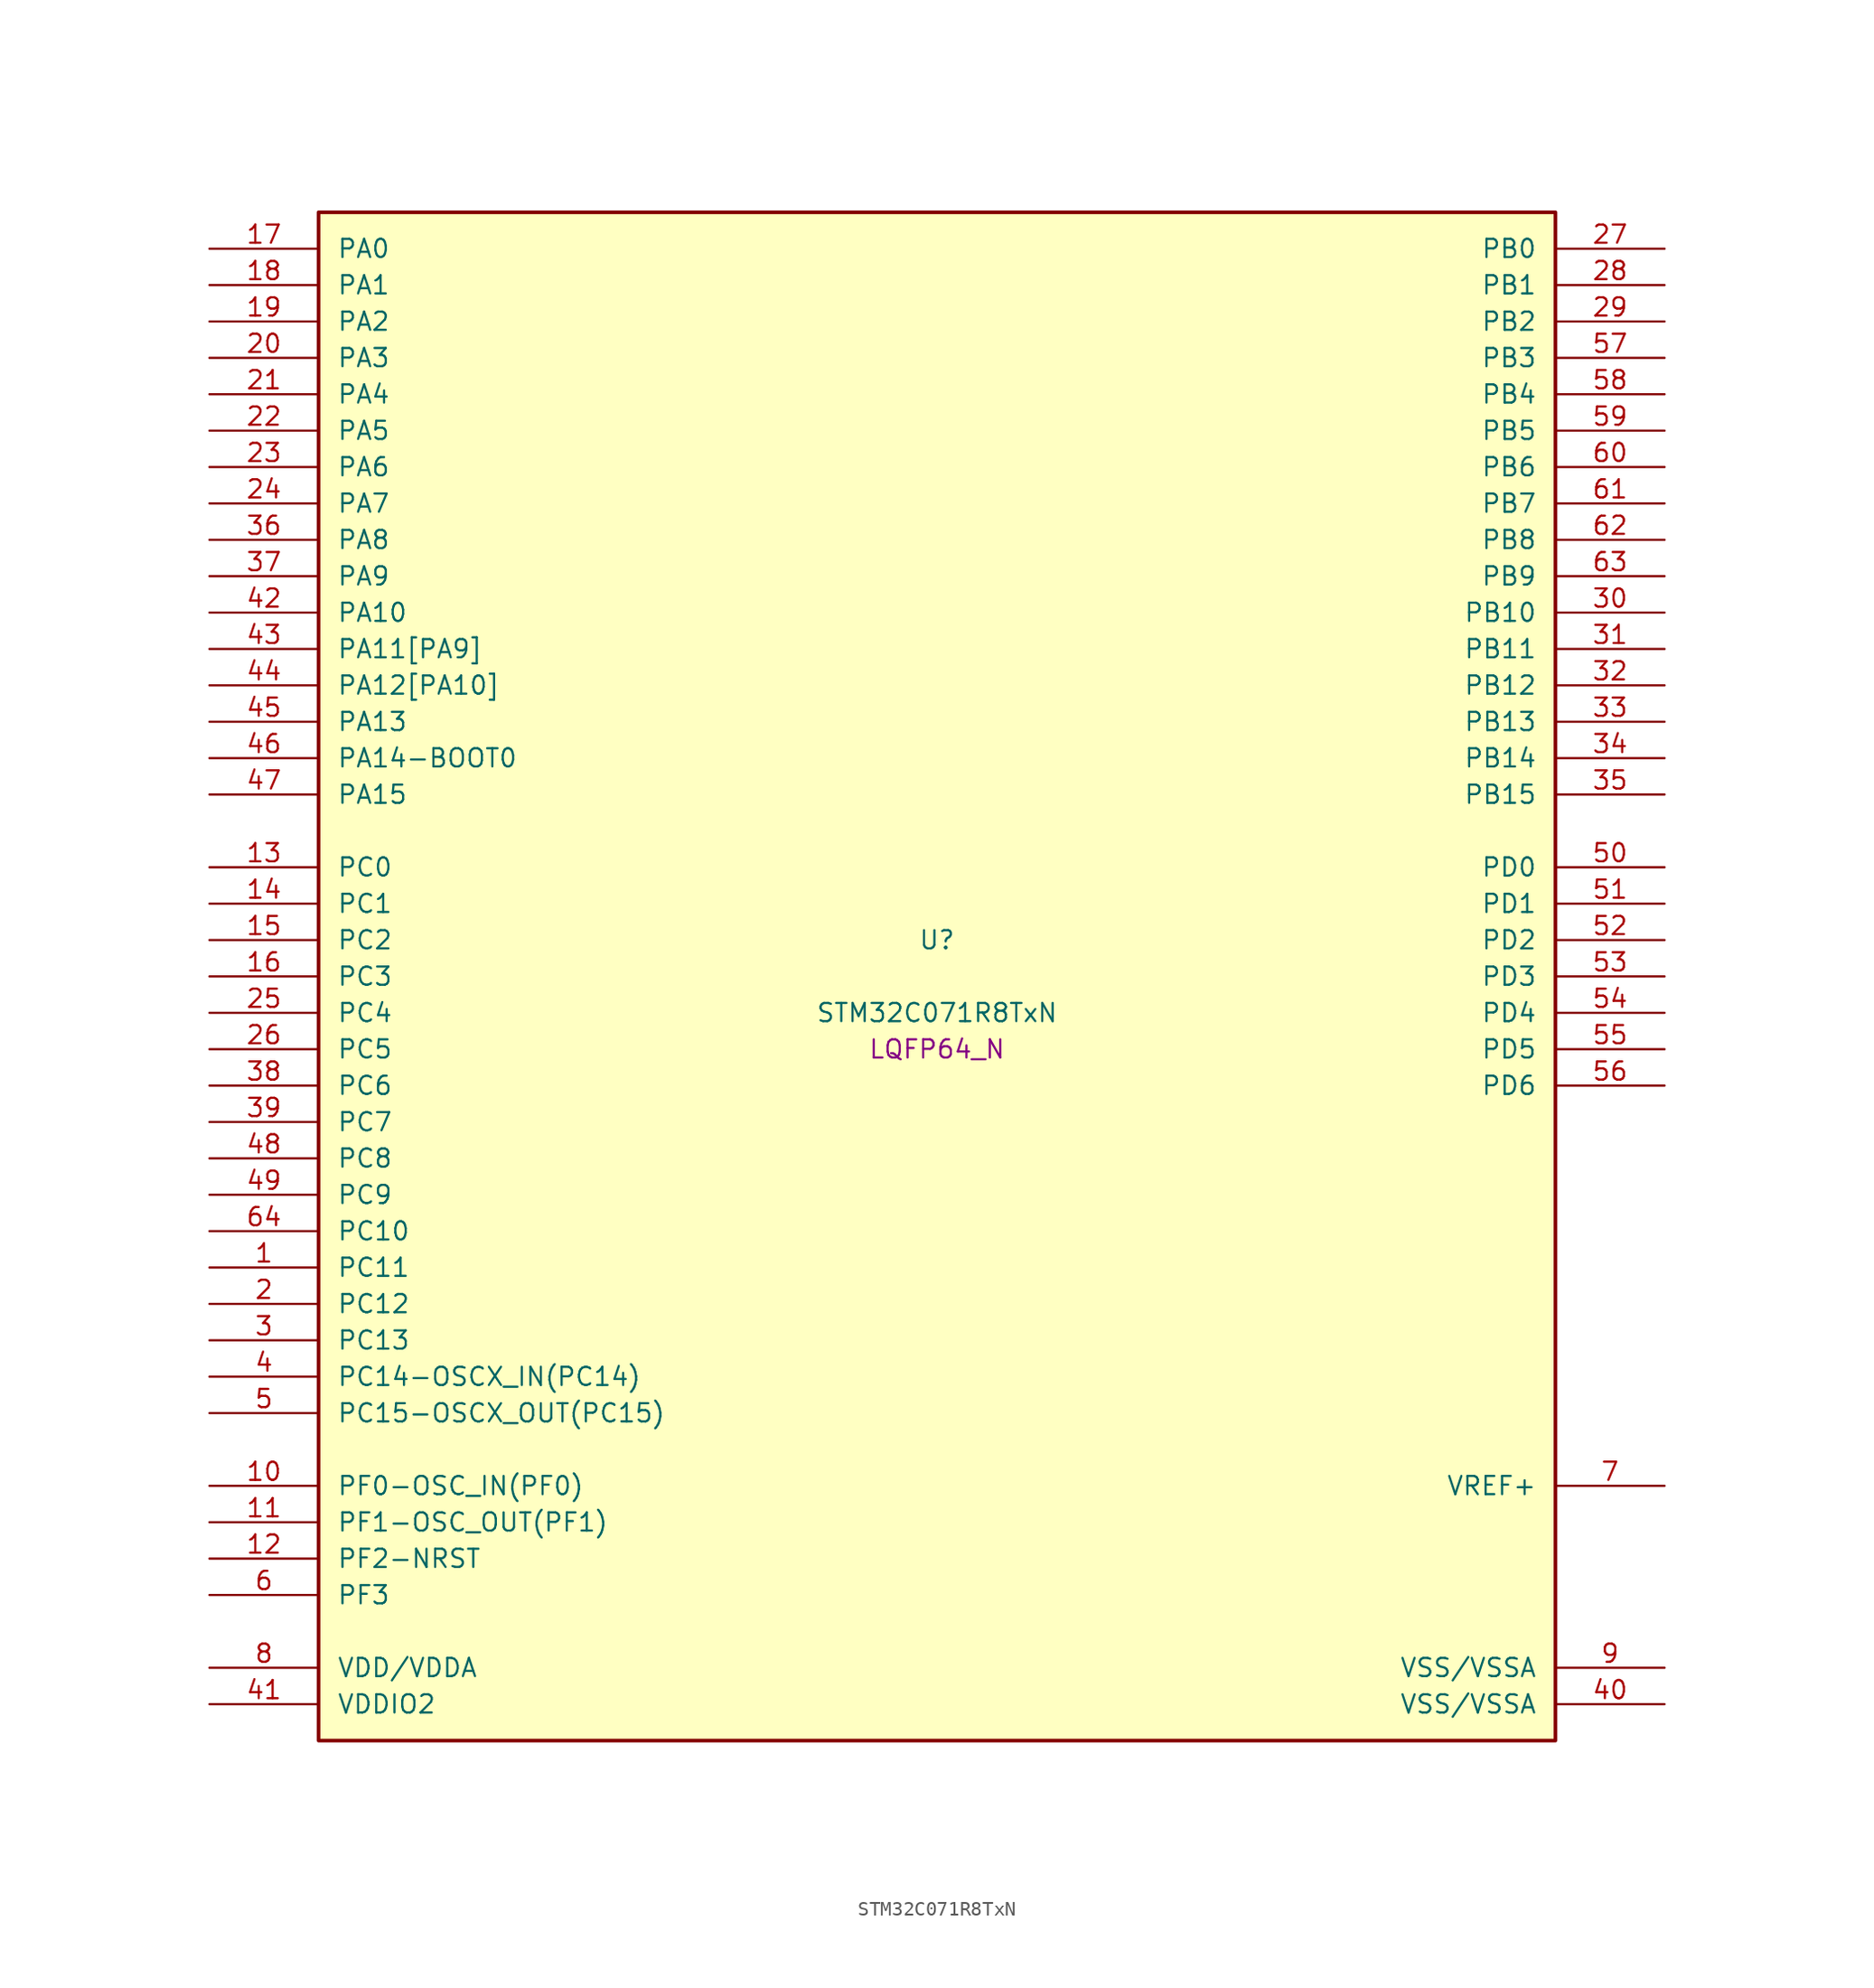
<source format=kicad_sym>
(kicad_symbol_lib
  (version 20241209)
  (generator "stm32_pkl_generator")
  (generator_version "1.0")
  (symbol "STM32C071R8TxN"
    (pin_names
      (offset 1.27))
    (property "Reference" "U"
      (at 0 2.54 0))
    (property "Value" "STM32C071R8TxN"
      (at 0 -2.54 0))
    (property "Footprint" "LQFP64_N"
      (at 0 -5.08 0))
    (symbol "STM32C071R8TxN_1_1"
      (rectangle (start -43.18 53.34) (end 43.18 -53.34) (stroke (width 0.254) (type solid)) (fill (type background)))
      (pin bidirectional line (at -50.8 50.8 0) (length 7.62) (name "PA0") (number "17") (alternate "PA0/ADC1_IN0" bidirectional line) (alternate "PA0/PWR_WKUP1" bidirectional line) (alternate "PA0/SPI2_SCK" bidirectional line) (alternate "PA0/TIM16_CH1" bidirectional line) (alternate "PA0/TIM1_CH1" bidirectional line) (alternate "PA0/TIM2_CH1" bidirectional line) (alternate "PA0/TIM2_ETR" bidirectional line) (alternate "PA0/USART1_TX" bidirectional line) (alternate "PA0/USART2_CTS" bidirectional line) (alternate "PA0/USART2_NSS" bidirectional line))
      (pin bidirectional line (at -50.8 48.26 0) (length 7.62) (name "PA1") (number "18") (alternate "PA1/ADC1_IN1" bidirectional line) (alternate "PA1/I2C1_SMBA" bidirectional line) (alternate "PA1/I2S1_CK" bidirectional line) (alternate "PA1/SPI1_SCK" bidirectional line) (alternate "PA1/TIM17_CH1" bidirectional line) (alternate "PA1/TIM1_CH2" bidirectional line) (alternate "PA1/TIM2_CH2" bidirectional line) (alternate "PA1/USART1_RX" bidirectional line) (alternate "PA1/USART2_CK" bidirectional line) (alternate "PA1/USART2_DE" bidirectional line) (alternate "PA1/USART2_RTS" bidirectional line))
      (pin bidirectional line (at -50.8 45.72 0) (length 7.62) (name "PA2") (number "19") (alternate "PA2/ADC1_IN2" bidirectional line) (alternate "PA2/I2S1_SD" bidirectional line) (alternate "PA2/PWR_WKUP4" bidirectional line) (alternate "PA2/RCC_LSCO" bidirectional line) (alternate "PA2/SPI1_MOSI" bidirectional line) (alternate "PA2/TIM16_CH1N" bidirectional line) (alternate "PA2/TIM1_CH3" bidirectional line) (alternate "PA2/TIM2_CH3" bidirectional line) (alternate "PA2/TIM3_ETR" bidirectional line) (alternate "PA2/USART2_TX" bidirectional line))
      (pin bidirectional line (at -50.8 43.18 0) (length 7.62) (name "PA3") (number "20") (alternate "PA3/ADC1_IN3" bidirectional line) (alternate "PA3/SPI2_MISO" bidirectional line) (alternate "PA3/TIM1_CH1N" bidirectional line) (alternate "PA3/TIM1_CH4" bidirectional line) (alternate "PA3/TIM2_CH4" bidirectional line) (alternate "PA3/USART2_RX" bidirectional line))
      (pin bidirectional line (at -50.8 40.64 0) (length 7.62) (name "PA4") (number "21") (alternate "PA4/ADC1_IN4" bidirectional line) (alternate "PA4/I2S1_WS" bidirectional line) (alternate "PA4/RTC_OUT2" bidirectional line) (alternate "PA4/SPI1_NSS" bidirectional line) (alternate "PA4/SPI2_MOSI" bidirectional line) (alternate "PA4/TIM14_CH1" bidirectional line) (alternate "PA4/TIM17_CH1N" bidirectional line) (alternate "PA4/TIM1_CH2N" bidirectional line) (alternate "PA4/USART2_TX" bidirectional line) (alternate "PA4/USB_NOE" bidirectional line))
      (pin bidirectional line (at -50.8 38.1 0) (length 7.62) (name "PA5") (number "22") (alternate "PA5/ADC1_IN5" bidirectional line) (alternate "PA5/I2S1_CK" bidirectional line) (alternate "PA5/SPI1_SCK" bidirectional line) (alternate "PA5/TIM1_CH1" bidirectional line) (alternate "PA5/TIM1_CH3N" bidirectional line) (alternate "PA5/TIM2_CH1" bidirectional line) (alternate "PA5/TIM2_ETR" bidirectional line) (alternate "PA5/USART2_RX" bidirectional line))
      (pin bidirectional line (at -50.8 35.56 0) (length 7.62) (name "PA6") (number "23") (alternate "PA6/ADC1_IN6" bidirectional line) (alternate "PA6/I2C2_SDA" bidirectional line) (alternate "PA6/I2S1_MCK" bidirectional line) (alternate "PA6/SPI1_MISO" bidirectional line) (alternate "PA6/TIM16_CH1" bidirectional line) (alternate "PA6/TIM1_BKIN" bidirectional line) (alternate "PA6/TIM3_CH1" bidirectional line))
      (pin bidirectional line (at -50.8 33.02 0) (length 7.62) (name "PA7") (number "24") (alternate "PA7/ADC1_IN7" bidirectional line) (alternate "PA7/I2C2_SCL" bidirectional line) (alternate "PA7/I2S1_SD" bidirectional line) (alternate "PA7/SPI1_MOSI" bidirectional line) (alternate "PA7/TIM14_CH1" bidirectional line) (alternate "PA7/TIM17_CH1" bidirectional line) (alternate "PA7/TIM1_CH1N" bidirectional line) (alternate "PA7/TIM3_CH2" bidirectional line))
      (pin bidirectional line (at -50.8 30.48 0) (length 7.62) (name "PA8") (number "36") (alternate "PA8/ADC1_IN8" bidirectional line) (alternate "PA8/CRS_SYNC" bidirectional line) (alternate "PA8/I2S1_WS" bidirectional line) (alternate "PA8/RCC_MCO" bidirectional line) (alternate "PA8/RCC_MCO_2" bidirectional line) (alternate "PA8/SPI1_NSS" bidirectional line) (alternate "PA8/SPI2_MISO" bidirectional line) (alternate "PA8/SPI2_NSS" bidirectional line) (alternate "PA8/TIM14_CH1" bidirectional line) (alternate "PA8/TIM1_CH1" bidirectional line) (alternate "PA8/TIM1_CH2N" bidirectional line) (alternate "PA8/TIM1_CH3N" bidirectional line) (alternate "PA8/TIM3_CH3" bidirectional line) (alternate "PA8/TIM3_CH4" bidirectional line) (alternate "PA8/USART1_RX" bidirectional line) (alternate "PA8/USART2_TX" bidirectional line))
      (pin bidirectional line (at -50.8 27.94 0) (length 7.62) (name "PA9") (number "37") (alternate "PA9/I2C1_SCL" bidirectional line) (alternate "PA9/I2C2_SCL" bidirectional line) (alternate "PA9/RCC_MCO" bidirectional line) (alternate "PA9/SPI2_MISO" bidirectional line) (alternate "PA9/TIM1_CH2" bidirectional line) (alternate "PA9/TIM3_ETR" bidirectional line) (alternate "PA9/USART1_TX" bidirectional line) (alternate "PA9/NC" bidirectional line))
      (pin bidirectional line (at -50.8 25.4 0) (length 7.62) (name "PA10") (number "42") (alternate "PA10/I2C1_SDA" bidirectional line) (alternate "PA10/I2C2_SDA" bidirectional line) (alternate "PA10/RCC_MCO_2" bidirectional line) (alternate "PA10/SPI2_MOSI" bidirectional line) (alternate "PA10/TIM17_BKIN" bidirectional line) (alternate "PA10/TIM1_CH3" bidirectional line) (alternate "PA10/USART1_RX" bidirectional line) (alternate "PA10/NC" bidirectional line))
      (pin bidirectional line (at -50.8 22.86 0) (length 7.62) (name "PA11[PA9]") (number "43") (alternate "PA11[PA9]/ADC1_EXTI11" bidirectional line) (alternate "PA11[PA9]/I2C2_SCL" bidirectional line) (alternate "PA11[PA9]/I2S1_MCK" bidirectional line) (alternate "PA11[PA9]/SPI1_MISO" bidirectional line) (alternate "PA11[PA9]/TIM1_BKIN2" bidirectional line) (alternate "PA11[PA9]/TIM1_CH4" bidirectional line) (alternate "PA11[PA9]/USART1_CTS" bidirectional line) (alternate "PA11[PA9]/USART1_NSS" bidirectional line) (alternate "PA11[PA9]/USB_DM" bidirectional line) (alternate "PA11[PA9]/PA9[PA11]" bidirectional line) (alternate "PA11[PA9]/I2C1_SCL" bidirectional line) (alternate "PA11[PA9]/RCC_MCO" bidirectional line) (alternate "PA11[PA9]/SPI2_MISO" bidirectional line) (alternate "PA11[PA9]/TIM1_CH2" bidirectional line) (alternate "PA11[PA9]/TIM3_ETR" bidirectional line) (alternate "PA11[PA9]/USART1_TX" bidirectional line))
      (pin bidirectional line (at -50.8 20.32 0) (length 7.62) (name "PA12[PA10]") (number "44") (alternate "PA12[PA10]/I2C2_SDA" bidirectional line) (alternate "PA12[PA10]/I2S1_SD" bidirectional line) (alternate "PA12[PA10]/I2S_CKIN" bidirectional line) (alternate "PA12[PA10]/SPI1_MOSI" bidirectional line) (alternate "PA12[PA10]/TIM1_ETR" bidirectional line) (alternate "PA12[PA10]/USART1_CK" bidirectional line) (alternate "PA12[PA10]/USART1_DE" bidirectional line) (alternate "PA12[PA10]/USART1_RTS" bidirectional line) (alternate "PA12[PA10]/USB_DP" bidirectional line) (alternate "PA12[PA10]/PA10[PA12]" bidirectional line) (alternate "PA12[PA10]/I2C1_SDA" bidirectional line) (alternate "PA12[PA10]/RCC_MCO_2" bidirectional line) (alternate "PA12[PA10]/SPI2_MOSI" bidirectional line) (alternate "PA12[PA10]/TIM17_BKIN" bidirectional line) (alternate "PA12[PA10]/TIM1_CH3" bidirectional line) (alternate "PA12[PA10]/USART1_RX" bidirectional line))
      (pin bidirectional line (at -50.8 17.78 0) (length 7.62) (name "PA13") (number "45") (alternate "PA13/ADC1_IN13" bidirectional line) (alternate "PA13/DEBUG_SWDIO" bidirectional line) (alternate "PA13/IR_OUT" bidirectional line) (alternate "PA13/TIM3_ETR" bidirectional line) (alternate "PA13/USART2_RX" bidirectional line) (alternate "PA13/USB_NOE" bidirectional line))
      (pin bidirectional line (at -50.8 15.24 0) (length 7.62) (name "PA14-BOOT0") (number "46") (alternate "PA14-BOOT0/ADC1_IN14" bidirectional line) (alternate "PA14-BOOT0/DEBUG_SWCLK" bidirectional line) (alternate "PA14-BOOT0/I2S1_WS" bidirectional line) (alternate "PA14-BOOT0/RCC_MCO_2" bidirectional line) (alternate "PA14-BOOT0/SPI1_NSS" bidirectional line) (alternate "PA14-BOOT0/TIM1_CH1" bidirectional line) (alternate "PA14-BOOT0/USART1_CK" bidirectional line) (alternate "PA14-BOOT0/USART1_DE" bidirectional line) (alternate "PA14-BOOT0/USART1_RTS" bidirectional line) (alternate "PA14-BOOT0/USART2_RX" bidirectional line) (alternate "PA14-BOOT0/USART2_TX" bidirectional line))
      (pin bidirectional line (at -50.8 12.7 0) (length 7.62) (name "PA15") (number "47") (alternate "PA15/I2S1_WS" bidirectional line) (alternate "PA15/RCC_MCO_2" bidirectional line) (alternate "PA15/SPI1_NSS" bidirectional line) (alternate "PA15/TIM1_CH1" bidirectional line) (alternate "PA15/TIM2_CH1" bidirectional line) (alternate "PA15/TIM2_ETR" bidirectional line) (alternate "PA15/USART1_CK" bidirectional line) (alternate "PA15/USART1_DE" bidirectional line) (alternate "PA15/USART1_RTS" bidirectional line) (alternate "PA15/USART2_RX" bidirectional line) (alternate "PA15/USB_NOE" bidirectional line))
      (pin bidirectional line (at 50.8 50.8 180) (length 7.62) (name "PB0") (number "27") (alternate "PB0/ADC1_IN17" bidirectional line) (alternate "PB0/I2S1_WS" bidirectional line) (alternate "PB0/SPI1_NSS" bidirectional line) (alternate "PB0/TIM1_CH2N" bidirectional line) (alternate "PB0/TIM3_CH3" bidirectional line))
      (pin bidirectional line (at 50.8 48.26 180) (length 7.62) (name "PB1") (number "28") (alternate "PB1/ADC1_IN18" bidirectional line) (alternate "PB1/TIM14_CH1" bidirectional line) (alternate "PB1/TIM1_CH2N" bidirectional line) (alternate "PB1/TIM1_CH3N" bidirectional line) (alternate "PB1/TIM3_CH4" bidirectional line))
      (pin bidirectional line (at 50.8 45.72 180) (length 7.62) (name "PB2") (number "29") (alternate "PB2/ADC1_IN19" bidirectional line) (alternate "PB2/RCC_MCO_2" bidirectional line) (alternate "PB2/SPI2_MISO" bidirectional line) (alternate "PB2/USART1_RX" bidirectional line))
      (pin bidirectional line (at 50.8 43.18 180) (length 7.62) (name "PB3") (number "57") (alternate "PB3/I2C2_SCL" bidirectional line) (alternate "PB3/I2S1_CK" bidirectional line) (alternate "PB3/SPI1_SCK" bidirectional line) (alternate "PB3/TIM1_CH2" bidirectional line) (alternate "PB3/TIM2_CH2" bidirectional line) (alternate "PB3/TIM3_CH2" bidirectional line) (alternate "PB3/USART1_CK" bidirectional line) (alternate "PB3/USART1_DE" bidirectional line) (alternate "PB3/USART1_RTS" bidirectional line))
      (pin bidirectional line (at 50.8 40.64 180) (length 7.62) (name "PB4") (number "58") (alternate "PB4/I2C2_SDA" bidirectional line) (alternate "PB4/I2S1_MCK" bidirectional line) (alternate "PB4/SPI1_MISO" bidirectional line) (alternate "PB4/TIM17_BKIN" bidirectional line) (alternate "PB4/TIM3_CH1" bidirectional line) (alternate "PB4/USART1_CTS" bidirectional line) (alternate "PB4/USART1_NSS" bidirectional line))
      (pin bidirectional line (at 50.8 38.1 180) (length 7.62) (name "PB5") (number "59") (alternate "PB5/I2C1_SMBA" bidirectional line) (alternate "PB5/I2S1_SD" bidirectional line) (alternate "PB5/PWR_WKUP6" bidirectional line) (alternate "PB5/SPI1_MOSI" bidirectional line) (alternate "PB5/TIM16_BKIN" bidirectional line) (alternate "PB5/TIM3_CH2" bidirectional line) (alternate "PB5/TIM3_CH3" bidirectional line))
      (pin bidirectional line (at 50.8 35.56 180) (length 7.62) (name "PB6") (number "60") (alternate "PB6/I2C1_SCL" bidirectional line) (alternate "PB6/I2C1_SMBA" bidirectional line) (alternate "PB6/I2S1_CK" bidirectional line) (alternate "PB6/I2S1_MCK" bidirectional line) (alternate "PB6/I2S1_SD" bidirectional line) (alternate "PB6/PWR_WKUP3" bidirectional line) (alternate "PB6/SPI1_MISO" bidirectional line) (alternate "PB6/SPI1_MOSI" bidirectional line) (alternate "PB6/SPI1_SCK" bidirectional line) (alternate "PB6/SPI2_MISO" bidirectional line) (alternate "PB6/TIM16_BKIN" bidirectional line) (alternate "PB6/TIM16_CH1N" bidirectional line) (alternate "PB6/TIM17_BKIN" bidirectional line) (alternate "PB6/TIM1_CH2" bidirectional line) (alternate "PB6/TIM1_CH3" bidirectional line) (alternate "PB6/TIM3_CH1" bidirectional line) (alternate "PB6/TIM3_CH2" bidirectional line) (alternate "PB6/TIM3_CH3" bidirectional line) (alternate "PB6/USART1_CTS" bidirectional line) (alternate "PB6/USART1_NSS" bidirectional line) (alternate "PB6/USART1_TX" bidirectional line))
      (pin bidirectional line (at 50.8 33.02 180) (length 7.62) (name "PB7") (number "61") (alternate "PB7/I2C1_SCL" bidirectional line) (alternate "PB7/I2C1_SDA" bidirectional line) (alternate "PB7/SPI2_MOSI" bidirectional line) (alternate "PB7/TIM16_CH1" bidirectional line) (alternate "PB7/TIM17_CH1N" bidirectional line) (alternate "PB7/TIM1_CH4" bidirectional line) (alternate "PB7/TIM3_CH1" bidirectional line) (alternate "PB7/TIM3_CH4" bidirectional line) (alternate "PB7/USART1_RX" bidirectional line) (alternate "PB7/USART2_CTS" bidirectional line) (alternate "PB7/USART2_NSS" bidirectional line))
      (pin bidirectional line (at 50.8 30.48 180) (length 7.62) (name "PB8") (number "62") (alternate "PB8/I2C1_SCL" bidirectional line) (alternate "PB8/SPI2_SCK" bidirectional line) (alternate "PB8/TIM16_CH1" bidirectional line) (alternate "PB8/TIM3_CH1" bidirectional line) (alternate "PB8/USART2_CTS" bidirectional line) (alternate "PB8/USART2_NSS" bidirectional line))
      (pin bidirectional line (at 50.8 27.94 180) (length 7.62) (name "PB9") (number "63") (alternate "PB9/I2C1_SDA" bidirectional line) (alternate "PB9/IR_OUT" bidirectional line) (alternate "PB9/SPI2_NSS" bidirectional line) (alternate "PB9/TIM17_CH1" bidirectional line) (alternate "PB9/TIM3_CH2" bidirectional line) (alternate "PB9/USART2_CK" bidirectional line) (alternate "PB9/USART2_DE" bidirectional line) (alternate "PB9/USART2_RTS" bidirectional line))
      (pin bidirectional line (at 50.8 25.4 180) (length 7.62) (name "PB10") (number "30") (alternate "PB10/ADC1_IN20" bidirectional line) (alternate "PB10/I2C2_SCL" bidirectional line) (alternate "PB10/SPI2_SCK" bidirectional line) (alternate "PB10/TIM2_CH3" bidirectional line))
      (pin bidirectional line (at 50.8 22.86 180) (length 7.62) (name "PB11") (number "31") (alternate "PB11/ADC1_EXTI11" bidirectional line) (alternate "PB11/ADC1_IN21" bidirectional line) (alternate "PB11/I2C2_SDA" bidirectional line) (alternate "PB11/SPI2_MOSI" bidirectional line) (alternate "PB11/TIM2_CH4" bidirectional line))
      (pin bidirectional line (at 50.8 20.32 180) (length 7.62) (name "PB12") (number "32") (alternate "PB12/ADC1_IN22" bidirectional line) (alternate "PB12/SPI2_NSS" bidirectional line) (alternate "PB12/TIM1_BKIN" bidirectional line) (alternate "PB12/TIM1_BKIN2" bidirectional line))
      (pin bidirectional line (at 50.8 17.78 180) (length 7.62) (name "PB13") (number "33") (alternate "PB13/I2C2_SCL" bidirectional line) (alternate "PB13/SPI2_SCK" bidirectional line) (alternate "PB13/TIM1_CH1N" bidirectional line))
      (pin bidirectional line (at 50.8 15.24 180) (length 7.62) (name "PB14") (number "34") (alternate "PB14/I2C2_SDA" bidirectional line) (alternate "PB14/SPI2_MISO" bidirectional line) (alternate "PB14/TIM1_CH2N" bidirectional line))
      (pin bidirectional line (at 50.8 12.7 180) (length 7.62) (name "PB15") (number "35") (alternate "PB15/RTC_REFIN" bidirectional line) (alternate "PB15/SPI2_MOSI" bidirectional line) (alternate "PB15/TIM1_CH3N" bidirectional line))
      (pin bidirectional line (at -50.8 7.62 0) (length 7.62) (name "PC0") (number "13"))
      (pin bidirectional line (at -50.8 5.08 0) (length 7.62) (name "PC1") (number "14"))
      (pin bidirectional line (at -50.8 2.54 0) (length 7.62) (name "PC2") (number "15") (alternate "PC2/SPI2_MISO" bidirectional line))
      (pin bidirectional line (at -50.8 0 0) (length 7.62) (name "PC3") (number "16") (alternate "PC3/SPI2_MOSI" bidirectional line))
      (pin bidirectional line (at -50.8 -2.54 0) (length 7.62) (name "PC4") (number "25") (alternate "PC4/ADC1_IN11" bidirectional line) (alternate "PC4/TIM2_CH1" bidirectional line) (alternate "PC4/TIM2_ETR" bidirectional line) (alternate "PC4/USART1_TX" bidirectional line))
      (pin bidirectional line (at -50.8 -5.08 0) (length 7.62) (name "PC5") (number "26") (alternate "PC5/ADC1_IN12" bidirectional line) (alternate "PC5/PWR_WKUP5" bidirectional line) (alternate "PC5/TIM2_CH2" bidirectional line) (alternate "PC5/USART1_RX" bidirectional line))
      (pin bidirectional line (at -50.8 -7.62 0) (length 7.62) (name "PC6") (number "38") (alternate "PC6/TIM2_CH3" bidirectional line) (alternate "PC6/TIM3_CH1" bidirectional line))
      (pin bidirectional line (at -50.8 -10.16 0) (length 7.62) (name "PC7") (number "39") (alternate "PC7/TIM2_CH4" bidirectional line) (alternate "PC7/TIM3_CH2" bidirectional line))
      (pin bidirectional line (at -50.8 -12.7 0) (length 7.62) (name "PC8") (number "48") (alternate "PC8/TIM1_CH1" bidirectional line) (alternate "PC8/TIM3_CH3" bidirectional line))
      (pin bidirectional line (at -50.8 -15.24 0) (length 7.62) (name "PC9") (number "49") (alternate "PC9/I2S_CKIN" bidirectional line) (alternate "PC9/TIM1_CH2" bidirectional line) (alternate "PC9/TIM3_CH4" bidirectional line) (alternate "PC9/USB_NOE" bidirectional line))
      (pin bidirectional line (at -50.8 -17.78 0) (length 7.62) (name "PC10") (number "64") (alternate "PC10/TIM1_CH3" bidirectional line))
      (pin bidirectional line (at -50.8 -20.32 0) (length 7.62) (name "PC11") (number "1") (alternate "PC11/ADC1_EXTI11" bidirectional line) (alternate "PC11/TIM1_CH4" bidirectional line))
      (pin bidirectional line (at -50.8 -22.86 0) (length 7.62) (name "PC12") (number "2") (alternate "PC12/TIM14_CH1" bidirectional line))
      (pin bidirectional line (at -50.8 -25.4 0) (length 7.62) (name "PC13") (number "3") (alternate "PC13/PWR_WKUP2" bidirectional line) (alternate "PC13/RTC_OUT1" bidirectional line) (alternate "PC13/RTC_TS" bidirectional line) (alternate "PC13/TIM1_BKIN" bidirectional line) (alternate "PC13/TIM1_ETR" bidirectional line))
      (pin bidirectional line (at -50.8 -27.94 0) (length 7.62) (name "PC14-OSCX_IN(PC14)") (number "4") (alternate "PC14-OSCX_IN(PC14)/I2C1_SDA" bidirectional line) (alternate "PC14-OSCX_IN(PC14)/IR_OUT" bidirectional line) (alternate "PC14-OSCX_IN(PC14)/RCC_OSCX_IN" bidirectional line) (alternate "PC14-OSCX_IN(PC14)/SPI2_NSS" bidirectional line) (alternate "PC14-OSCX_IN(PC14)/TIM17_CH1" bidirectional line) (alternate "PC14-OSCX_IN(PC14)/TIM1_BKIN2" bidirectional line) (alternate "PC14-OSCX_IN(PC14)/TIM1_ETR" bidirectional line) (alternate "PC14-OSCX_IN(PC14)/TIM3_CH2" bidirectional line) (alternate "PC14-OSCX_IN(PC14)/USART1_TX" bidirectional line) (alternate "PC14-OSCX_IN(PC14)/USART2_CK" bidirectional line) (alternate "PC14-OSCX_IN(PC14)/USART2_DE" bidirectional line) (alternate "PC14-OSCX_IN(PC14)/USART2_RTS" bidirectional line))
      (pin bidirectional line (at -50.8 -30.48 0) (length 7.62) (name "PC15-OSCX_OUT(PC15)") (number "5") (alternate "PC15-OSCX_OUT(PC15)/RCC_OSC32_EN" bidirectional line) (alternate "PC15-OSCX_OUT(PC15)/RCC_OSCX_OUT" bidirectional line) (alternate "PC15-OSCX_OUT(PC15)/RCC_OSC_EN" bidirectional line) (alternate "PC15-OSCX_OUT(PC15)/TIM1_ETR" bidirectional line) (alternate "PC15-OSCX_OUT(PC15)/TIM3_CH3" bidirectional line))
      (pin bidirectional line (at 50.8 7.62 180) (length 7.62) (name "PD0") (number "50") (alternate "PD0/SPI2_NSS" bidirectional line) (alternate "PD0/TIM16_CH1" bidirectional line))
      (pin bidirectional line (at 50.8 5.08 180) (length 7.62) (name "PD1") (number "51") (alternate "PD1/SPI2_SCK" bidirectional line) (alternate "PD1/TIM17_CH1" bidirectional line))
      (pin bidirectional line (at 50.8 2.54 180) (length 7.62) (name "PD2") (number "52") (alternate "PD2/TIM1_CH1N" bidirectional line) (alternate "PD2/TIM3_ETR" bidirectional line))
      (pin bidirectional line (at 50.8 0 180) (length 7.62) (name "PD3") (number "53") (alternate "PD3/SPI2_MISO" bidirectional line) (alternate "PD3/TIM1_CH2N" bidirectional line) (alternate "PD3/USART2_CTS" bidirectional line) (alternate "PD3/USART2_NSS" bidirectional line))
      (pin bidirectional line (at 50.8 -2.54 180) (length 7.62) (name "PD4") (number "54") (alternate "PD4/SPI2_MOSI" bidirectional line) (alternate "PD4/TIM1_CH3N" bidirectional line) (alternate "PD4/USART2_CK" bidirectional line) (alternate "PD4/USART2_DE" bidirectional line) (alternate "PD4/USART2_RTS" bidirectional line))
      (pin bidirectional line (at 50.8 -5.08 180) (length 7.62) (name "PD5") (number "55") (alternate "PD5/I2S1_MCK" bidirectional line) (alternate "PD5/SPI1_MISO" bidirectional line) (alternate "PD5/TIM1_BKIN" bidirectional line) (alternate "PD5/USART2_TX" bidirectional line))
      (pin bidirectional line (at 50.8 -7.62 180) (length 7.62) (name "PD6") (number "56") (alternate "PD6/I2S1_SD" bidirectional line) (alternate "PD6/SPI1_MOSI" bidirectional line) (alternate "PD6/USART2_RX" bidirectional line))
      (pin bidirectional line (at -50.8 -35.56 0) (length 7.62) (name "PF0-OSC_IN(PF0)") (number "10") (alternate "PF0-OSC_IN(PF0)/CRS_SYNC" bidirectional line) (alternate "PF0-OSC_IN(PF0)/RCC_OSC_IN" bidirectional line) (alternate "PF0-OSC_IN(PF0)/TIM14_CH1" bidirectional line))
      (pin bidirectional line (at -50.8 -38.1 0) (length 7.62) (name "PF1-OSC_OUT(PF1)") (number "11") (alternate "PF1-OSC_OUT(PF1)/RCC_OSC_EN" bidirectional line) (alternate "PF1-OSC_OUT(PF1)/RCC_OSC_OUT" bidirectional line))
      (pin bidirectional line (at -50.8 -40.64 0) (length 7.62) (name "PF2-NRST") (number "12") (alternate "PF2-NRST/RCC_MCO" bidirectional line) (alternate "PF2-NRST/TIM1_CH4" bidirectional line))
      (pin bidirectional line (at -50.8 -43.18 0) (length 7.62) (name "PF3") (number "6"))
      (pin bidirectional line (at 50.8 -35.56 180) (length 7.62) (name "VREF+") (number "7"))
      (pin power_in line (at -50.8 -48.26 0) (length 7.62) (name "VDD/VDDA") (number "8"))
      (pin power_in line (at -50.8 -50.8 0) (length 7.62) (name "VDDIO2") (number "41"))
      (pin power_in line (at 50.8 -48.26 180) (length 7.62) (name "VSS/VSSA") (number "9"))
      (pin power_in line (at 50.8 -50.8 180) (length 7.62) (name "VSS/VSSA") (number "40")))))
</source>
